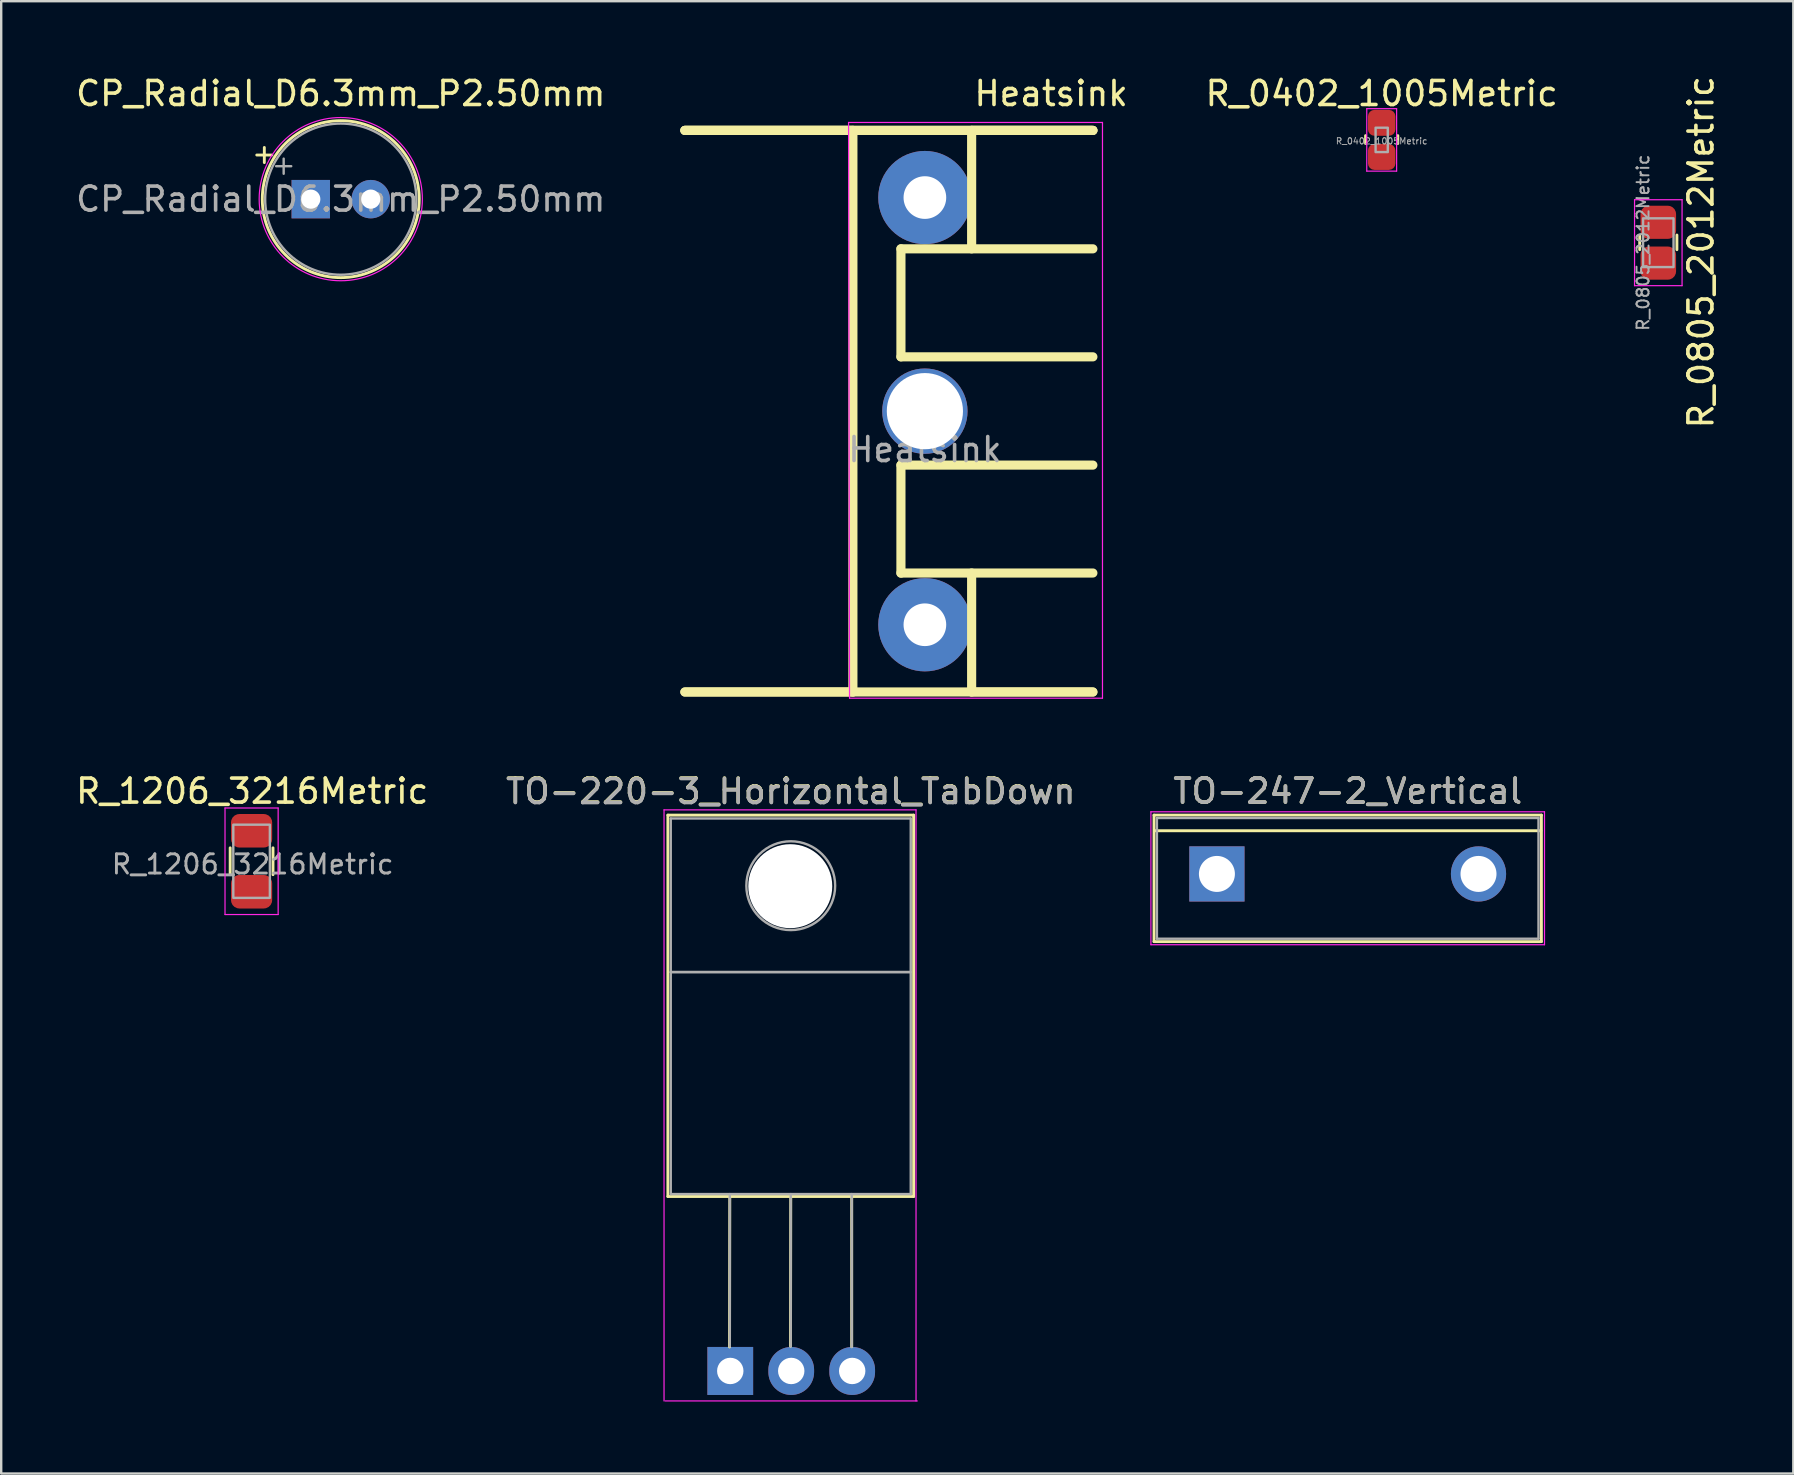
<source format=kicad_pcb>
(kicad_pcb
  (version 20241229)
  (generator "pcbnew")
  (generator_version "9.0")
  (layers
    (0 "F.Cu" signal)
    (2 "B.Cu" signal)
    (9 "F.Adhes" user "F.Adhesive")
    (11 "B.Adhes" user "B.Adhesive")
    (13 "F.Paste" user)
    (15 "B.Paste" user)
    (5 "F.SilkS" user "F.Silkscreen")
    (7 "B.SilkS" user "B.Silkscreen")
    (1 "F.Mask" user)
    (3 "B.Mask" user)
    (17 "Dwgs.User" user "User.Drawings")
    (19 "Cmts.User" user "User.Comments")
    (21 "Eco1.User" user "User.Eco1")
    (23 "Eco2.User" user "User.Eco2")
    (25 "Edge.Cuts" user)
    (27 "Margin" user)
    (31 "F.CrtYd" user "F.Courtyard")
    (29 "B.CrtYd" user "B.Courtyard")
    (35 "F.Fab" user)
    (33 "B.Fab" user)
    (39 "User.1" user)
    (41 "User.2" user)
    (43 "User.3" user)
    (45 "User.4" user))
  (footprint "R_0805_2012Metric"
    (layer "F.Cu")
    (at 66.048 7.063)
    (property "Reference" "R_0805_2012Metric" (at 1.778 0.395 270) (layer "F.SilkS") (effects (font (size 1 1) (thickness 0.15))))
    (attr smd)
    (fp_line (start -0.775 -0.319) (end -0.775 0.291) (stroke (width 0.12) (type default)) (layer "F.SilkS"))
    (fp_line (start 0.775 -0.319) (end 0.775 0.291) (stroke (width 0.12) (type default)) (layer "F.SilkS"))
    (fp_line (start -0.99 -1.791) (end -0.99 1.791) (stroke (width 0.05) (type default)) (layer "F.CrtYd"))
    (fp_line (start -0.99 -1.791) (end 0.99 -1.791) (stroke (width 0.05) (type default)) (layer "F.CrtYd"))
    (fp_line (start -0.99 1.791) (end 0.99 1.791) (stroke (width 0.05) (type default)) (layer "F.CrtYd"))
    (fp_line (start 0.99 -1.791) (end 0.99 1.791) (stroke (width 0.05) (type default)) (layer "F.CrtYd"))
    (fp_rect (start 0.635 -1.016) (end -0.635 1.016) (stroke (width 0.1) (type default)) (fill no) (layer "F.Fab"))
    (fp_text user "${REFERENCE}" (at -0.635 0 270) (layer "F.Fab") (effects (font (size 0.5 0.5) (thickness 0.08))))
    (pad "1" smd roundrect (at 0 -0.85 270) (size 1.382 1.481) (layers "F.Cu" "F.Mask" "F.Paste") (roundrect_rratio 0.25))
    (pad "2" smd roundrect (at 0 0.85 270) (size 1.382 1.481) (layers "F.Cu" "F.Mask" "F.Paste") (roundrect_rratio 0.25)))
  (footprint "TO-247-2_Vertical"
    (layer "F.Cu")
    (at 47.656 33.365)
    (property "Reference" "TO-247-2_Vertical" (at 5.45 -3.45 0) (layer "F.SilkS") (effects (font (size 1 1) (thickness 0.15))))
    (attr through_hole)
    (fp_line (start -2.62 -2.451) (end -2.62 2.82) (stroke (width 0.12) (type solid)) (layer "F.SilkS"))
    (fp_line (start -2.62 -2.451) (end 13.52 -2.451) (stroke (width 0.12) (type solid)) (layer "F.SilkS"))
    (fp_line (start -2.62 2.82) (end 13.52 2.82) (stroke (width 0.12) (type solid)) (layer "F.SilkS"))
    (fp_line (start -2.6 -1.8) (end 13.5 -1.8) (stroke (width 0.12) (type solid)) (layer "F.SilkS"))
    (fp_line (start 13.52 -2.451) (end 13.52 2.82) (stroke (width 0.12) (type solid)) (layer "F.SilkS"))
    (fp_line (start -2.75 -2.59) (end -2.75 2.95) (stroke (width 0.05) (type solid)) (layer "F.CrtYd"))
    (fp_line (start -2.75 2.95) (end 13.65 2.95) (stroke (width 0.05) (type solid)) (layer "F.CrtYd"))
    (fp_line (start 13.65 -2.59) (end -2.75 -2.59) (stroke (width 0.05) (type solid)) (layer "F.CrtYd"))
    (fp_line (start 13.65 2.95) (end 13.65 -2.59) (stroke (width 0.05) (type solid)) (layer "F.CrtYd"))
    (fp_line (start -2.5 -2.33) (end -2.5 2.7) (stroke (width 0.1) (type solid)) (layer "F.Fab"))
    (fp_line (start -2.5 2.7) (end 13.4 2.7) (stroke (width 0.1) (type solid)) (layer "F.Fab"))
    (fp_line (start 13.4 -2.33) (end -2.5 -2.33) (stroke (width 0.1) (type solid)) (layer "F.Fab"))
    (fp_line (start 13.4 2.7) (end 13.4 -2.33) (stroke (width 0.1) (type solid)) (layer "F.Fab"))
    (fp_text user "${REFERENCE}" (at 5.45 -3.45 0) (layer "F.Fab") (effects (font (size 1 1) (thickness 0.15))))
    (pad "1" thru_hole rect (at 0 0) (size 2.3 2.3) (drill 1.5) (layers "*.Cu" "*.Mask"))
    (pad "2" thru_hole circle (at 10.9 0) (size 2.3 2.3) (drill 1.5) (layers "*.Cu" "*.Mask")))
  (footprint "TO-220-3_Horizontal_TabDown"
    (layer "F.Cu")
    (at 27.379 54.075)
    (property "Reference" "TO-220-3_Horizontal_TabDown" (at 2.52 -24.16 0) (layer "F.SilkS") (effects (font (size 1 1) (thickness 0.15))))
    (attr through_hole)
    (fp_line (start -2.6 -23.16) (end -2.6 -7.27) (stroke (width 0.12) (type solid)) (layer "F.SilkS"))
    (fp_line (start -2.6 -23.16) (end 7.64 -23.16) (stroke (width 0.12) (type solid)) (layer "F.SilkS"))
    (fp_line (start -2.6 -7.27) (end 7.64 -7.27) (stroke (width 0.12) (type solid)) (layer "F.SilkS"))
    (fp_line (start -0.02 -7.27) (end -0.03 -1) (stroke (width 0.12) (type solid)) (layer "F.SilkS"))
    (fp_line (start 2.52 -7.27) (end 2.51 -1.03) (stroke (width 0.12) (type solid)) (layer "F.SilkS"))
    (fp_line (start 5.06 -7.27) (end 5.06 -1.01) (stroke (width 0.12) (type solid)) (layer "F.SilkS"))
    (fp_line (start 7.64 -23.16) (end 7.64 -7.27) (stroke (width 0.12) (type solid)) (layer "F.SilkS"))
    (fp_line (start -2.76 -23.38) (end -2.76 1.25) (stroke (width 0.05) (type solid)) (layer "F.CrtYd"))
    (fp_line (start -2.71 1.25) (end 7.79 1.25) (stroke (width 0.05) (type solid)) (layer "F.CrtYd"))
    (fp_line (start 7.74 -23.38) (end -2.76 -23.38) (stroke (width 0.05) (type solid)) (layer "F.CrtYd"))
    (fp_line (start 7.74 1.25) (end 7.74 -23.38) (stroke (width 0.05) (type solid)) (layer "F.CrtYd"))
    (fp_line (start -2.48 -23.02) (end 7.52 -23.02) (stroke (width 0.1) (type solid)) (layer "F.Fab"))
    (fp_line (start -2.48 -16.62) (end -2.48 -23.02) (stroke (width 0.1) (type solid)) (layer "F.Fab"))
    (fp_line (start -2.48 -16.62) (end 7.52 -16.62) (stroke (width 0.1) (type solid)) (layer "F.Fab"))
    (fp_line (start -2.48 -7.37) (end -2.48 -16.62) (stroke (width 0.1) (type solid)) (layer "F.Fab"))
    (fp_line (start -0.02 -7.37) (end -0.02 -1.02) (stroke (width 0.1) (type solid)) (layer "F.Fab"))
    (fp_line (start 2.52 -7.37) (end 2.52 -1.02) (stroke (width 0.1) (type solid)) (layer "F.Fab"))
    (fp_line (start 5.06 -7.37) (end 5.06 -1) (stroke (width 0.1) (type solid)) (layer "F.Fab"))
    (fp_line (start 7.52 -23.02) (end 7.52 -16.62) (stroke (width 0.1) (type solid)) (layer "F.Fab"))
    (fp_line (start 7.52 -16.62) (end -2.48 -16.62) (stroke (width 0.1) (type solid)) (layer "F.Fab"))
    (fp_line (start 7.52 -16.62) (end 7.52 -7.37) (stroke (width 0.1) (type solid)) (layer "F.Fab"))
    (fp_line (start 7.52 -7.37) (end -2.48 -7.37) (stroke (width 0.1) (type solid)) (layer "F.Fab"))
    (fp_circle (center 2.52 -20.22) (end 4.37 -20.22) (stroke (width 0.1) (type solid)) (fill no) (layer "F.Fab"))
    (fp_text user "${REFERENCE}" (at 2.52 -24.14 0) (layer "F.Fab") (effects (font (size 1 1) (thickness 0.15))))
    (pad "" np_thru_hole oval (at 2.5 -20.2) (size 3.5 3.5) (drill 3.5) (layers "*.Cu" "*.Mask"))
    (pad "1" thru_hole rect (at 0 0) (size 1.905 2) (drill 1.1) (layers "*.Cu" "*.Mask"))
    (pad "2" thru_hole oval (at 2.54 0) (size 1.905 2) (drill 1.1) (layers "*.Cu" "*.Mask"))
    (pad "3" thru_hole oval (at 5.08 0) (size 1.905 2) (drill 1.1) (layers "*.Cu" "*.Mask")))
  (footprint "R_1206_3216Metric"
    (layer "F.Cu")
    (at 7.433 32.837)
    (property "Reference" "R_1206_3216Metric" (at 0.025 -2.921 0) (layer "F.SilkS") (effects (font (size 1 1) (thickness 0.15))))
    (attr smd)
    (fp_line (start -0.892 -0.559) (end -0.892 0.559) (stroke (width 0.12) (type default)) (layer "F.SilkS"))
    (fp_line (start 0.892 -0.559) (end 0.892 0.559) (stroke (width 0.12) (type default)) (layer "F.SilkS"))
    (fp_line (start -1.107 -2.219) (end -1.107 2.219) (stroke (width 0.05) (type default)) (layer "F.CrtYd"))
    (fp_line (start -1.107 2.219) (end 1.107 2.219) (stroke (width 0.05) (type default)) (layer "F.CrtYd"))
    (fp_line (start 1.107 -2.219) (end -1.107 -2.219) (stroke (width 0.05) (type default)) (layer "F.CrtYd"))
    (fp_line (start 1.107 -2.219) (end 1.107 2.219) (stroke (width 0.05) (type default)) (layer "F.CrtYd"))
    (fp_rect (start -0.762 1.524) (end 0.762 -1.524) (stroke (width 0.1) (type default)) (fill no) (layer "F.Fab"))
    (fp_text user "${REFERENCE}" (at 0.045 0.127 0) (layer "F.Fab") (effects (font (size 0.8 0.8) (thickness 0.12))))
    (pad "1" smd roundrect (at 0 -1.27) (size 1.715 1.397) (layers "F.Cu" "F.Mask" "F.Paste") (roundrect_rratio 0.25))
    (pad "2" smd roundrect (at 0 1.27) (size 1.715 1.397) (layers "F.Cu" "F.Mask" "F.Paste") (roundrect_rratio 0.25)))
  (footprint "CP_Radial_D6.3mm_P2.50mm"
    (layer "F.Cu")
    (at 9.899 5.248)
    (property "Reference" "CP_Radial_D6.3mm_P2.50mm" (at 1.25 -4.4 0) (layer "F.SilkS") (effects (font (size 1 1) (thickness 0.15))))
    (attr through_hole)
    (fp_line (start -2.25 -1.839) (end -1.62 -1.839) (stroke (width 0.12) (type solid)) (layer "F.SilkS"))
    (fp_line (start -1.935 -2.154) (end -1.935 -1.524) (stroke (width 0.12) (type solid)) (layer "F.SilkS"))
    (fp_circle (center 1.25 0) (end 4.52 0) (stroke (width 0.12) (type solid)) (fill no) (layer "F.SilkS"))
    (fp_circle (center 1.25 0) (end 4.65 0) (stroke (width 0.05) (type solid)) (fill no) (layer "F.CrtYd"))
    (fp_line (start -1.444 -1.373) (end -0.814 -1.373) (stroke (width 0.1) (type solid)) (layer "F.Fab"))
    (fp_line (start -1.129 -1.688) (end -1.129 -1.058) (stroke (width 0.1) (type solid)) (layer "F.Fab"))
    (fp_circle (center 1.25 0) (end 4.4 0) (stroke (width 0.1) (type solid)) (fill no) (layer "F.Fab"))
    (fp_text user "${REFERENCE}" (at 1.25 0 0) (layer "F.Fab") (effects (font (size 1 1) (thickness 0.15))))
    (pad "1" thru_hole rect (at 0 0) (size 1.6 1.6) (drill 0.8) (layers "*.Cu" "*.Mask"))
    (pad "2" thru_hole circle (at 2.5 0) (size 1.6 1.6) (drill 0.8) (layers "*.Cu" "*.Mask")))
  (footprint "Heatsink"
    (layer "F.Cu")
    (at 35.488 5.182)
    (property "Reference" "Heatsink" (at 5.26 -4.334 0) (unlocked yes) (layer "F.SilkS") (effects (font (size 1 1) (thickness 0.15))))
    (attr through_hole)
    (fp_line (start -10 -2.799) (end -10 -2.799) (stroke (width 0.12) (type default)) (layer "F.SilkS"))
    (fp_line (start -3 -2.799) (end -10 -2.799) (stroke (width 0.12) (type default)) (layer "F.SilkS"))
    (fp_line (start -3 -2.799) (end -10 -2.799) (stroke (width 0.381) (type default)) (layer "F.SilkS"))
    (fp_line (start -3 -2.799) (end -3 20.602) (stroke (width 0.381) (type default)) (layer "F.SilkS"))
    (fp_line (start -3 20.602) (end -10 20.602) (stroke (width 0.381) (type default)) (layer "F.SilkS"))
    (fp_line (start -0.998 2.136) (end 7 2.136) (stroke (width 0.381) (type default)) (layer "F.SilkS"))
    (fp_line (start -0.998 6.637) (end -0.998 2.136) (stroke (width 0.381) (type default)) (layer "F.SilkS"))
    (fp_line (start -0.998 15.649) (end -0.998 11.148) (stroke (width 0.381) (type default)) (layer "F.SilkS"))
    (fp_line (start 1.948 -2.799) (end 1.948 2.136) (stroke (width 0.381) (type default)) (layer "F.SilkS"))
    (fp_line (start 1.948 15.644) (end 1.948 20.602) (stroke (width 0.381) (type default)) (layer "F.SilkS"))
    (fp_line (start 7 -2.799) (end -10 -2.799) (stroke (width 0.381) (type default)) (layer "F.SilkS"))
    (fp_line (start 7 -2.799) (end -10 -2.799) (stroke (width 0.381) (type default)) (layer "F.SilkS"))
    (fp_line (start 7 -2.799) (end 1.948 -2.799) (stroke (width 0.381) (type default)) (layer "F.SilkS"))
    (fp_line (start 7 6.637) (end -0.998 6.637) (stroke (width 0.381) (type default)) (layer "F.SilkS"))
    (fp_line (start 7 11.148) (end -0.998 11.148) (stroke (width 0.381) (type default)) (layer "F.SilkS"))
    (fp_line (start 7 15.644) (end -0.998 15.644) (stroke (width 0.381) (type default)) (layer "F.SilkS"))
    (fp_line (start 7 20.602) (end -10 20.602) (stroke (width 0.381) (type default)) (layer "F.SilkS"))
    (fp_line (start 7 20.602) (end 1.948 20.602) (stroke (width 0.381) (type default)) (layer "F.SilkS"))
    (fp_line (start -3.18 -3.13) (end 7.4 -3.13) (stroke (width 0.05) (type default)) (layer "F.CrtYd"))
    (fp_line (start -3.14 20.86) (end -3.18 -3.13) (stroke (width 0.05) (type default)) (layer "F.CrtYd"))
    (fp_line (start 7.4 -3.13) (end 7.4 20.86) (stroke (width 0.05) (type default)) (layer "F.CrtYd"))
    (fp_line (start 7.4 20.86) (end -3.14 20.86) (stroke (width 0.05) (type default)) (layer "F.CrtYd"))
    (fp_text user "${REFERENCE}" (at 0 10.502 0) (unlocked yes) (layer "F.Fab") (effects (font (size 1 1) (thickness 0.15))))
    (pad "1" thru_hole circle (at 0 0) (size 3.886 3.886) (drill 1.778) (layers "*.Cu" "*.Mask"))
    (pad "1" thru_hole circle (at 0 17.8) (size 3.886 3.886) (drill 1.778) (layers "*.Cu" "*.Mask"))
    (pad "2" thru_hole circle (at 0 8.9) (size 3.556 3.556) (drill 3.175) (layers "*.Cu" "*.Mask")))
  (footprint "R_0402_1005Metric"
    (layer "F.Cu")
    (at 54.522 2.779)
    (property "Reference" "R_0402_1005Metric" (at 0 -1.93 0) (layer "F.SilkS") (effects (font (size 1 1) (thickness 0.15))))
    (attr smd)
    (fp_line (start -0.671 -0.178) (end -0.671 0.152) (stroke (width 0.12) (type default)) (layer "F.SilkS"))
    (fp_line (start 0.671 -0.178) (end 0.671 0.152) (stroke (width 0.12) (type default)) (layer "F.SilkS"))
    (fp_line (start -0.622 -1.301) (end -0.622 1.301) (stroke (width 0.05) (type default)) (layer "F.CrtYd"))
    (fp_line (start -0.622 -1.301) (end 0.622 -1.301) (stroke (width 0.05) (type default)) (layer "F.CrtYd"))
    (fp_line (start -0.622 1.301) (end 0.622 1.301) (stroke (width 0.05) (type default)) (layer "F.CrtYd"))
    (fp_line (start 0.622 1.301) (end 0.622 -1.301) (stroke (width 0.05) (type default)) (layer "F.CrtYd"))
    (fp_rect (start 0.254 -0.508) (end -0.254 0.508) (stroke (width 0.1) (type default)) (fill no) (layer "F.Fab"))
    (fp_text user "${REFERENCE}" (at 0 0.051 0) (layer "F.Fab") (effects (font (size 0.26 0.26) (thickness 0.04))))
    (pad "1" smd roundrect (at 0 -0.711) (size 1.143 1.08) (layers "F.Cu" "F.Mask" "F.Paste") (roundrect_rratio 0.25))
    (pad "2" smd roundrect (at 0 0.711) (size 1.143 1.08) (layers "F.Cu" "F.Mask" "F.Paste") (roundrect_rratio 0.25)))
  (gr_rect
    (start -3 -3)
    (end 71.674 58.35)
    (stroke (width 0.1) (type default))
    (fill no)
    (layer "Edge.Cuts")))
</source>
